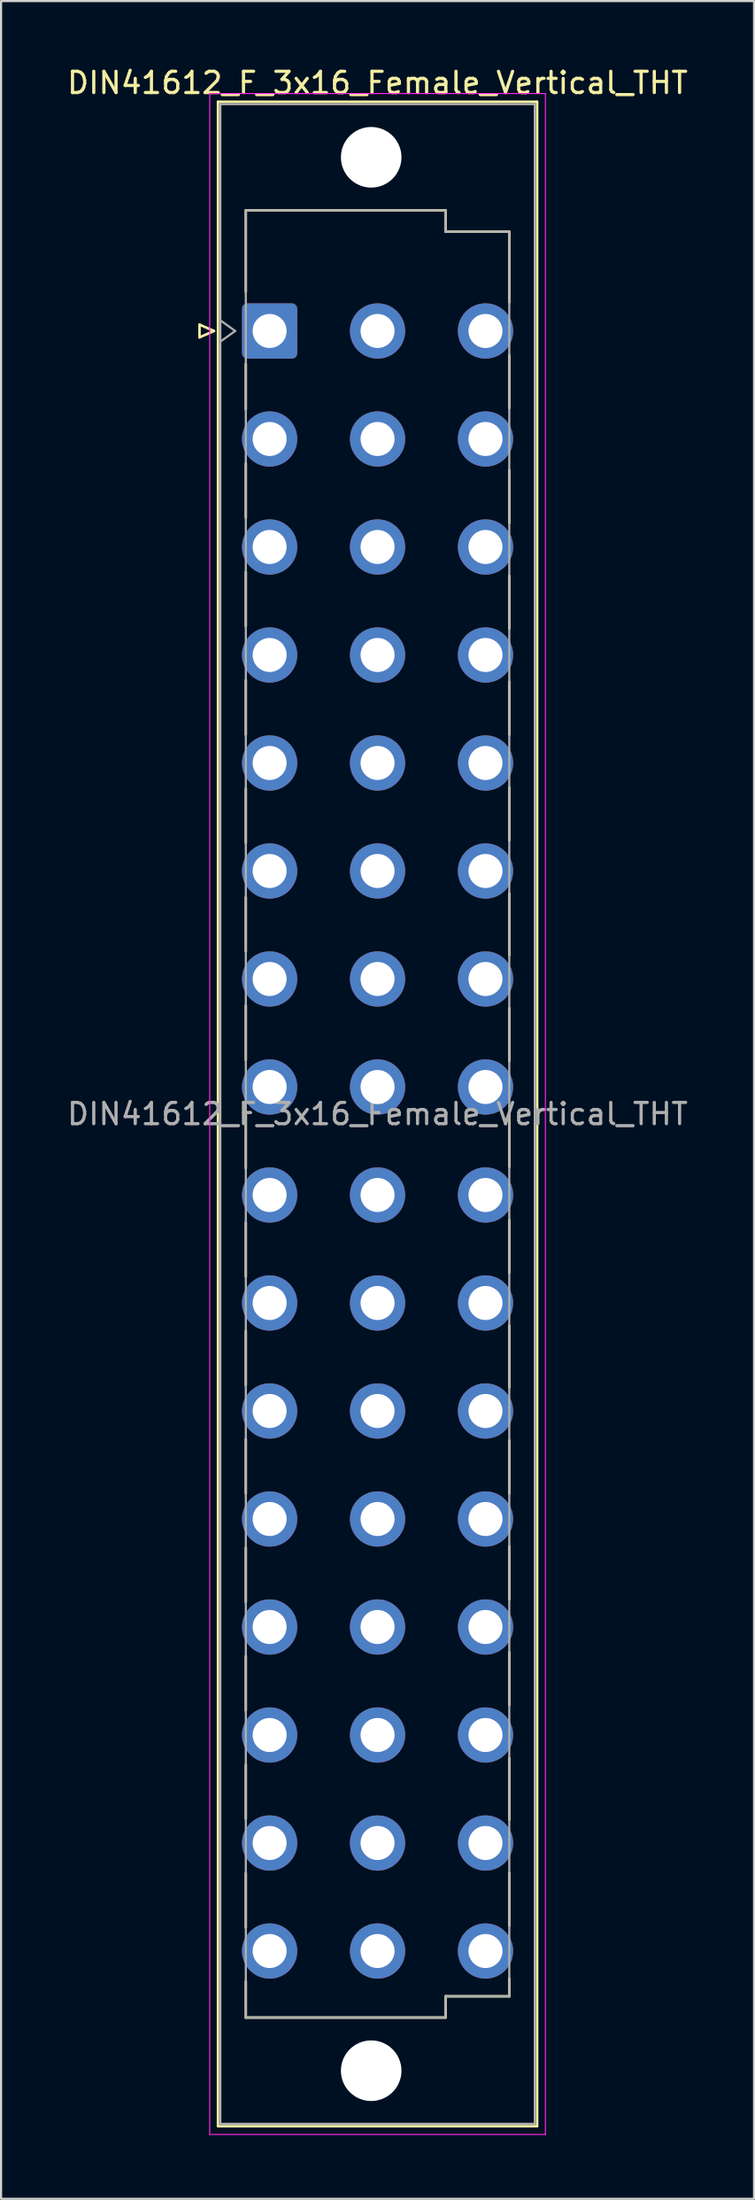
<source format=kicad_pcb>
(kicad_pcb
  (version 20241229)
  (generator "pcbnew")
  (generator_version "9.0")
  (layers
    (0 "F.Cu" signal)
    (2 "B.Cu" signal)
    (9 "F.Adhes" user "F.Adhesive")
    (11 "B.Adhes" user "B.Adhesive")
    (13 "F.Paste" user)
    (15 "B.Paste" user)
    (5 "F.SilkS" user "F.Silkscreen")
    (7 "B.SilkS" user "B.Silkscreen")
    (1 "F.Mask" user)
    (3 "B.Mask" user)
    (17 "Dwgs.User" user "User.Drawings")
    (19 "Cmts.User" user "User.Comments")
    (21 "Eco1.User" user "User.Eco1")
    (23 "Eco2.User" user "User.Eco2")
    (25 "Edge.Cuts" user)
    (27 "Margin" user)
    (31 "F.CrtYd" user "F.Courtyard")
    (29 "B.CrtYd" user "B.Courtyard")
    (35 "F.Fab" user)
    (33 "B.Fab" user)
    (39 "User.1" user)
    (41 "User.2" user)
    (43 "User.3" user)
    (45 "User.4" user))
  (footprint "DIN41612_F_3x16_Female_Vertical_THT"
    (layer "F.Cu")
    (at 12.18 9.978)
    (property "Reference" "DIN41612_F_3x16_Female_Vertical_THT" (at 2.54 -9.13 0) (layer "F.SilkS") (effects (font (size 1 1) (thickness 0.15))))
    (attr through_hole)
    (fp_line (start -5.84 2.24) (end -5.84 2.84) (stroke (width 0.12) (type solid)) (layer "F.SilkS"))
    (fp_line (start -5.84 2.84) (end -5.16 2.54) (stroke (width 0.12) (type solid)) (layer "F.SilkS"))
    (fp_line (start -5.16 2.54) (end -5.84 2.24) (stroke (width 0.12) (type solid)) (layer "F.SilkS"))
    (fp_line (start -4.97 -8.24) (end 10.05 -8.24) (stroke (width 0.12) (type solid)) (layer "F.SilkS"))
    (fp_line (start -4.97 86.98) (end -4.97 -8.24) (stroke (width 0.12) (type solid)) (layer "F.SilkS"))
    (fp_line (start -3.66 -3.131) (end 5.74 -3.131) (stroke (width 0.12) (type solid)) (layer "F.SilkS"))
    (fp_line (start -3.66 0.696) (end -3.66 -3.131) (stroke (width 0.12) (type solid)) (layer "F.SilkS"))
    (fp_line (start -3.66 6.221) (end -3.66 4.096) (stroke (width 0.12) (type solid)) (layer "F.SilkS"))
    (fp_line (start -3.66 11.321) (end -3.66 8.771) (stroke (width 0.12) (type solid)) (layer "F.SilkS"))
    (fp_line (start -3.66 16.421) (end -3.66 13.871) (stroke (width 0.12) (type solid)) (layer "F.SilkS"))
    (fp_line (start -3.66 21.521) (end -3.66 18.971) (stroke (width 0.12) (type solid)) (layer "F.SilkS"))
    (fp_line (start -3.66 26.621) (end -3.66 24.071) (stroke (width 0.12) (type solid)) (layer "F.SilkS"))
    (fp_line (start -3.66 31.721) (end -3.66 29.171) (stroke (width 0.12) (type solid)) (layer "F.SilkS"))
    (fp_line (start -3.66 36.821) (end -3.66 34.271) (stroke (width 0.12) (type solid)) (layer "F.SilkS"))
    (fp_line (start -3.66 41.921) (end -3.66 39.371) (stroke (width 0.12) (type solid)) (layer "F.SilkS"))
    (fp_line (start -3.66 47.021) (end -3.66 44.471) (stroke (width 0.12) (type solid)) (layer "F.SilkS"))
    (fp_line (start -3.66 52.121) (end -3.66 49.571) (stroke (width 0.12) (type solid)) (layer "F.SilkS"))
    (fp_line (start -3.66 57.221) (end -3.66 54.671) (stroke (width 0.12) (type solid)) (layer "F.SilkS"))
    (fp_line (start -3.66 62.321) (end -3.66 59.771) (stroke (width 0.12) (type solid)) (layer "F.SilkS"))
    (fp_line (start -3.66 67.421) (end -3.66 64.871) (stroke (width 0.12) (type solid)) (layer "F.SilkS"))
    (fp_line (start -3.66 72.521) (end -3.66 69.971) (stroke (width 0.12) (type solid)) (layer "F.SilkS"))
    (fp_line (start -3.66 77.621) (end -3.66 75.071) (stroke (width 0.12) (type solid)) (layer "F.SilkS"))
    (fp_line (start -3.66 81.87) (end -3.66 80.171) (stroke (width 0.12) (type solid)) (layer "F.SilkS"))
    (fp_line (start 5.74 -3.131) (end 5.74 -2.131) (stroke (width 0.12) (type solid)) (layer "F.SilkS"))
    (fp_line (start 5.74 -2.131) (end 8.74 -2.131) (stroke (width 0.12) (type solid)) (layer "F.SilkS"))
    (fp_line (start 5.74 80.87) (end 5.74 81.87) (stroke (width 0.12) (type solid)) (layer "F.SilkS"))
    (fp_line (start 5.74 81.87) (end -3.66 81.87) (stroke (width 0.12) (type solid)) (layer "F.SilkS"))
    (fp_line (start 8.74 -2.131) (end 8.74 1.19) (stroke (width 0.12) (type solid)) (layer "F.SilkS"))
    (fp_line (start 8.74 3.68) (end 8.74 6.17) (stroke (width 0.12) (type solid)) (layer "F.SilkS"))
    (fp_line (start 8.74 9.075) (end 8.74 11.565) (stroke (width 0.12) (type solid)) (layer "F.SilkS"))
    (fp_line (start 8.74 14.055) (end 8.74 16.545) (stroke (width 0.12) (type solid)) (layer "F.SilkS"))
    (fp_line (start 8.74 19.035) (end 8.74 21.525) (stroke (width 0.12) (type solid)) (layer "F.SilkS"))
    (fp_line (start 8.74 24.015) (end 8.74 26.505) (stroke (width 0.12) (type solid)) (layer "F.SilkS"))
    (fp_line (start 8.74 28.995) (end 8.74 31.9) (stroke (width 0.12) (type solid)) (layer "F.SilkS"))
    (fp_line (start 8.74 34.39) (end 8.74 36.88) (stroke (width 0.12) (type solid)) (layer "F.SilkS"))
    (fp_line (start 8.74 39.37) (end 8.74 41.86) (stroke (width 0.12) (type solid)) (layer "F.SilkS"))
    (fp_line (start 8.74 44.35) (end 8.74 46.84) (stroke (width 0.12) (type solid)) (layer "F.SilkS"))
    (fp_line (start 8.74 49.33) (end 8.74 52.235) (stroke (width 0.12) (type solid)) (layer "F.SilkS"))
    (fp_line (start 8.74 54.725) (end 8.74 57.215) (stroke (width 0.12) (type solid)) (layer "F.SilkS"))
    (fp_line (start 8.74 59.705) (end 8.74 62.195) (stroke (width 0.12) (type solid)) (layer "F.SilkS"))
    (fp_line (start 8.74 64.685) (end 8.74 67.175) (stroke (width 0.12) (type solid)) (layer "F.SilkS"))
    (fp_line (start 8.74 69.665) (end 8.74 72.57) (stroke (width 0.12) (type solid)) (layer "F.SilkS"))
    (fp_line (start 8.74 75.061) (end 8.74 77.551) (stroke (width 0.12) (type solid)) (layer "F.SilkS"))
    (fp_line (start 8.74 80.041) (end 8.74 80.87) (stroke (width 0.12) (type solid)) (layer "F.SilkS"))
    (fp_line (start 8.74 80.87) (end 5.74 80.87) (stroke (width 0.12) (type solid)) (layer "F.SilkS"))
    (fp_line (start 10.05 -8.24) (end 10.05 86.98) (stroke (width 0.12) (type solid)) (layer "F.SilkS"))
    (fp_line (start 10.05 86.98) (end -4.97 86.98) (stroke (width 0.12) (type solid)) (layer "F.SilkS"))
    (fp_line (start -5.36 -8.63) (end 10.44 -8.63) (stroke (width 0.05) (type solid)) (layer "F.CrtYd"))
    (fp_line (start -5.36 87.37) (end -5.36 -8.63) (stroke (width 0.05) (type solid)) (layer "F.CrtYd"))
    (fp_line (start 10.44 -8.63) (end 10.44 87.37) (stroke (width 0.05) (type solid)) (layer "F.CrtYd"))
    (fp_line (start 10.44 87.37) (end -5.36 87.37) (stroke (width 0.05) (type solid)) (layer "F.CrtYd"))
    (fp_line (start -4.86 -8.13) (end 9.94 -8.13) (stroke (width 0.1) (type solid)) (layer "F.Fab"))
    (fp_line (start -4.86 2.04) (end -4.16 2.54) (stroke (width 0.1) (type solid)) (layer "F.Fab"))
    (fp_line (start -4.86 86.87) (end -4.86 -8.13) (stroke (width 0.1) (type solid)) (layer "F.Fab"))
    (fp_line (start -4.16 2.54) (end -4.86 3.04) (stroke (width 0.1) (type solid)) (layer "F.Fab"))
    (fp_line (start -3.66 -3.13) (end 5.74 -3.13) (stroke (width 0.1) (type solid)) (layer "F.Fab"))
    (fp_line (start -3.66 81.87) (end -3.66 -3.13) (stroke (width 0.1) (type solid)) (layer "F.Fab"))
    (fp_line (start 5.74 -3.13) (end 5.74 -2.13) (stroke (width 0.1) (type solid)) (layer "F.Fab"))
    (fp_line (start 5.74 -2.13) (end 8.74 -2.13) (stroke (width 0.1) (type solid)) (layer "F.Fab"))
    (fp_line (start 5.74 80.87) (end 5.74 81.87) (stroke (width 0.1) (type solid)) (layer "F.Fab"))
    (fp_line (start 5.74 81.87) (end -3.66 81.87) (stroke (width 0.1) (type solid)) (layer "F.Fab"))
    (fp_line (start 8.74 -2.13) (end 8.74 80.87) (stroke (width 0.1) (type solid)) (layer "F.Fab"))
    (fp_line (start 8.74 80.87) (end 5.74 80.87) (stroke (width 0.1) (type solid)) (layer "F.Fab"))
    (fp_line (start 9.94 -8.13) (end 9.94 86.87) (stroke (width 0.1) (type solid)) (layer "F.Fab"))
    (fp_line (start 9.94 86.87) (end -4.86 86.87) (stroke (width 0.1) (type solid)) (layer "F.Fab"))
    (fp_text user "${REFERENCE}" (at 2.54 39.37 0) (layer "F.Fab") (effects (font (size 1 1) (thickness 0.15))))
    (pad "" np_thru_hole circle (at 2.24 -5.63) (size 2.85 2.85) (drill 2.85) (layers "*.Cu" "*.Mask"))
    (pad "" np_thru_hole circle (at 2.24 84.37) (size 2.85 2.85) (drill 2.85) (layers "*.Cu" "*.Mask"))
    (pad "b2" thru_hole circle (at 2.54 2.54) (size 2.6 2.6) (drill 1.6) (layers "*.Cu" "*.Mask"))
    (pad "b4" thru_hole circle (at 2.54 7.62) (size 2.6 2.6) (drill 1.6) (layers "*.Cu" "*.Mask"))
    (pad "b6" thru_hole circle (at 2.54 12.7) (size 2.6 2.6) (drill 1.6) (layers "*.Cu" "*.Mask"))
    (pad "b8" thru_hole circle (at 2.54 17.78) (size 2.6 2.6) (drill 1.6) (layers "*.Cu" "*.Mask"))
    (pad "b10" thru_hole circle (at 2.54 22.86) (size 2.6 2.6) (drill 1.6) (layers "*.Cu" "*.Mask"))
    (pad "b12" thru_hole circle (at 2.54 27.94) (size 2.6 2.6) (drill 1.6) (layers "*.Cu" "*.Mask"))
    (pad "b14" thru_hole circle (at 2.54 33.02) (size 2.6 2.6) (drill 1.6) (layers "*.Cu" "*.Mask"))
    (pad "b16" thru_hole circle (at 2.54 38.1) (size 2.6 2.6) (drill 1.6) (layers "*.Cu" "*.Mask"))
    (pad "b18" thru_hole circle (at 2.54 43.18) (size 2.6 2.6) (drill 1.6) (layers "*.Cu" "*.Mask"))
    (pad "b20" thru_hole circle (at 2.54 48.26) (size 2.6 2.6) (drill 1.6) (layers "*.Cu" "*.Mask"))
    (pad "b22" thru_hole circle (at 2.54 53.34) (size 2.6 2.6) (drill 1.6) (layers "*.Cu" "*.Mask"))
    (pad "b24" thru_hole circle (at 2.54 58.42) (size 2.6 2.6) (drill 1.6) (layers "*.Cu" "*.Mask"))
    (pad "b26" thru_hole circle (at 2.54 63.5) (size 2.6 2.6) (drill 1.6) (layers "*.Cu" "*.Mask"))
    (pad "b28" thru_hole circle (at 2.54 68.58) (size 2.6 2.6) (drill 1.6) (layers "*.Cu" "*.Mask"))
    (pad "b30" thru_hole circle (at 2.54 73.66) (size 2.6 2.6) (drill 1.6) (layers "*.Cu" "*.Mask"))
    (pad "b32" thru_hole circle (at 2.54 78.74) (size 2.6 2.6) (drill 1.6) (layers "*.Cu" "*.Mask"))
    (pad "d2" thru_hole circle (at 7.62 2.54) (size 2.6 2.6) (drill 1.6) (layers "*.Cu" "*.Mask"))
    (pad "d4" thru_hole circle (at 7.62 7.62) (size 2.6 2.6) (drill 1.6) (layers "*.Cu" "*.Mask"))
    (pad "d6" thru_hole circle (at 7.62 12.7) (size 2.6 2.6) (drill 1.6) (layers "*.Cu" "*.Mask"))
    (pad "d8" thru_hole circle (at 7.62 17.78) (size 2.6 2.6) (drill 1.6) (layers "*.Cu" "*.Mask"))
    (pad "d10" thru_hole circle (at 7.62 22.86) (size 2.6 2.6) (drill 1.6) (layers "*.Cu" "*.Mask"))
    (pad "d12" thru_hole circle (at 7.62 27.94) (size 2.6 2.6) (drill 1.6) (layers "*.Cu" "*.Mask"))
    (pad "d14" thru_hole circle (at 7.62 33.02) (size 2.6 2.6) (drill 1.6) (layers "*.Cu" "*.Mask"))
    (pad "d16" thru_hole circle (at 7.62 38.1) (size 2.6 2.6) (drill 1.6) (layers "*.Cu" "*.Mask"))
    (pad "d18" thru_hole circle (at 7.62 43.18) (size 2.6 2.6) (drill 1.6) (layers "*.Cu" "*.Mask"))
    (pad "d20" thru_hole circle (at 7.62 48.26) (size 2.6 2.6) (drill 1.6) (layers "*.Cu" "*.Mask"))
    (pad "d22" thru_hole circle (at 7.62 53.34) (size 2.6 2.6) (drill 1.6) (layers "*.Cu" "*.Mask"))
    (pad "d24" thru_hole circle (at 7.62 58.42) (size 2.6 2.6) (drill 1.6) (layers "*.Cu" "*.Mask"))
    (pad "d26" thru_hole circle (at 7.62 63.5) (size 2.6 2.6) (drill 1.6) (layers "*.Cu" "*.Mask"))
    (pad "d28" thru_hole circle (at 7.62 68.58) (size 2.6 2.6) (drill 1.6) (layers "*.Cu" "*.Mask"))
    (pad "d30" thru_hole circle (at 7.62 73.66) (size 2.6 2.6) (drill 1.6) (layers "*.Cu" "*.Mask"))
    (pad "d32" thru_hole circle (at 7.62 78.74) (size 2.6 2.6) (drill 1.6) (layers "*.Cu" "*.Mask"))
    (pad "z2" thru_hole roundrect (at -2.54 2.54) (size 2.6 2.6) (drill 1.6) (layers "*.Cu" "*.Mask") (roundrect_rratio 0.096))
    (pad "z4" thru_hole circle (at -2.54 7.62) (size 2.6 2.6) (drill 1.6) (layers "*.Cu" "*.Mask"))
    (pad "z6" thru_hole circle (at -2.54 12.7) (size 2.6 2.6) (drill 1.6) (layers "*.Cu" "*.Mask"))
    (pad "z8" thru_hole circle (at -2.54 17.78) (size 2.6 2.6) (drill 1.6) (layers "*.Cu" "*.Mask"))
    (pad "z10" thru_hole circle (at -2.54 22.86) (size 2.6 2.6) (drill 1.6) (layers "*.Cu" "*.Mask"))
    (pad "z12" thru_hole circle (at -2.54 27.94) (size 2.6 2.6) (drill 1.6) (layers "*.Cu" "*.Mask"))
    (pad "z14" thru_hole circle (at -2.54 33.02) (size 2.6 2.6) (drill 1.6) (layers "*.Cu" "*.Mask"))
    (pad "z16" thru_hole circle (at -2.54 38.1) (size 2.6 2.6) (drill 1.6) (layers "*.Cu" "*.Mask"))
    (pad "z18" thru_hole circle (at -2.54 43.18) (size 2.6 2.6) (drill 1.6) (layers "*.Cu" "*.Mask"))
    (pad "z20" thru_hole circle (at -2.54 48.26) (size 2.6 2.6) (drill 1.6) (layers "*.Cu" "*.Mask"))
    (pad "z22" thru_hole circle (at -2.54 53.34) (size 2.6 2.6) (drill 1.6) (layers "*.Cu" "*.Mask"))
    (pad "z24" thru_hole circle (at -2.54 58.42) (size 2.6 2.6) (drill 1.6) (layers "*.Cu" "*.Mask"))
    (pad "z26" thru_hole circle (at -2.54 63.5) (size 2.6 2.6) (drill 1.6) (layers "*.Cu" "*.Mask"))
    (pad "z28" thru_hole circle (at -2.54 68.58) (size 2.6 2.6) (drill 1.6) (layers "*.Cu" "*.Mask"))
    (pad "z30" thru_hole circle (at -2.54 73.66) (size 2.6 2.6) (drill 1.6) (layers "*.Cu" "*.Mask"))
    (pad "z32" thru_hole circle (at -2.54 78.74) (size 2.6 2.6) (drill 1.6) (layers "*.Cu" "*.Mask")))
  (gr_rect
    (start -3 -3)
    (end 32.44 100.373)
    (stroke (width 0.1) (type default))
    (fill no)
    (layer "Edge.Cuts")))
</source>
